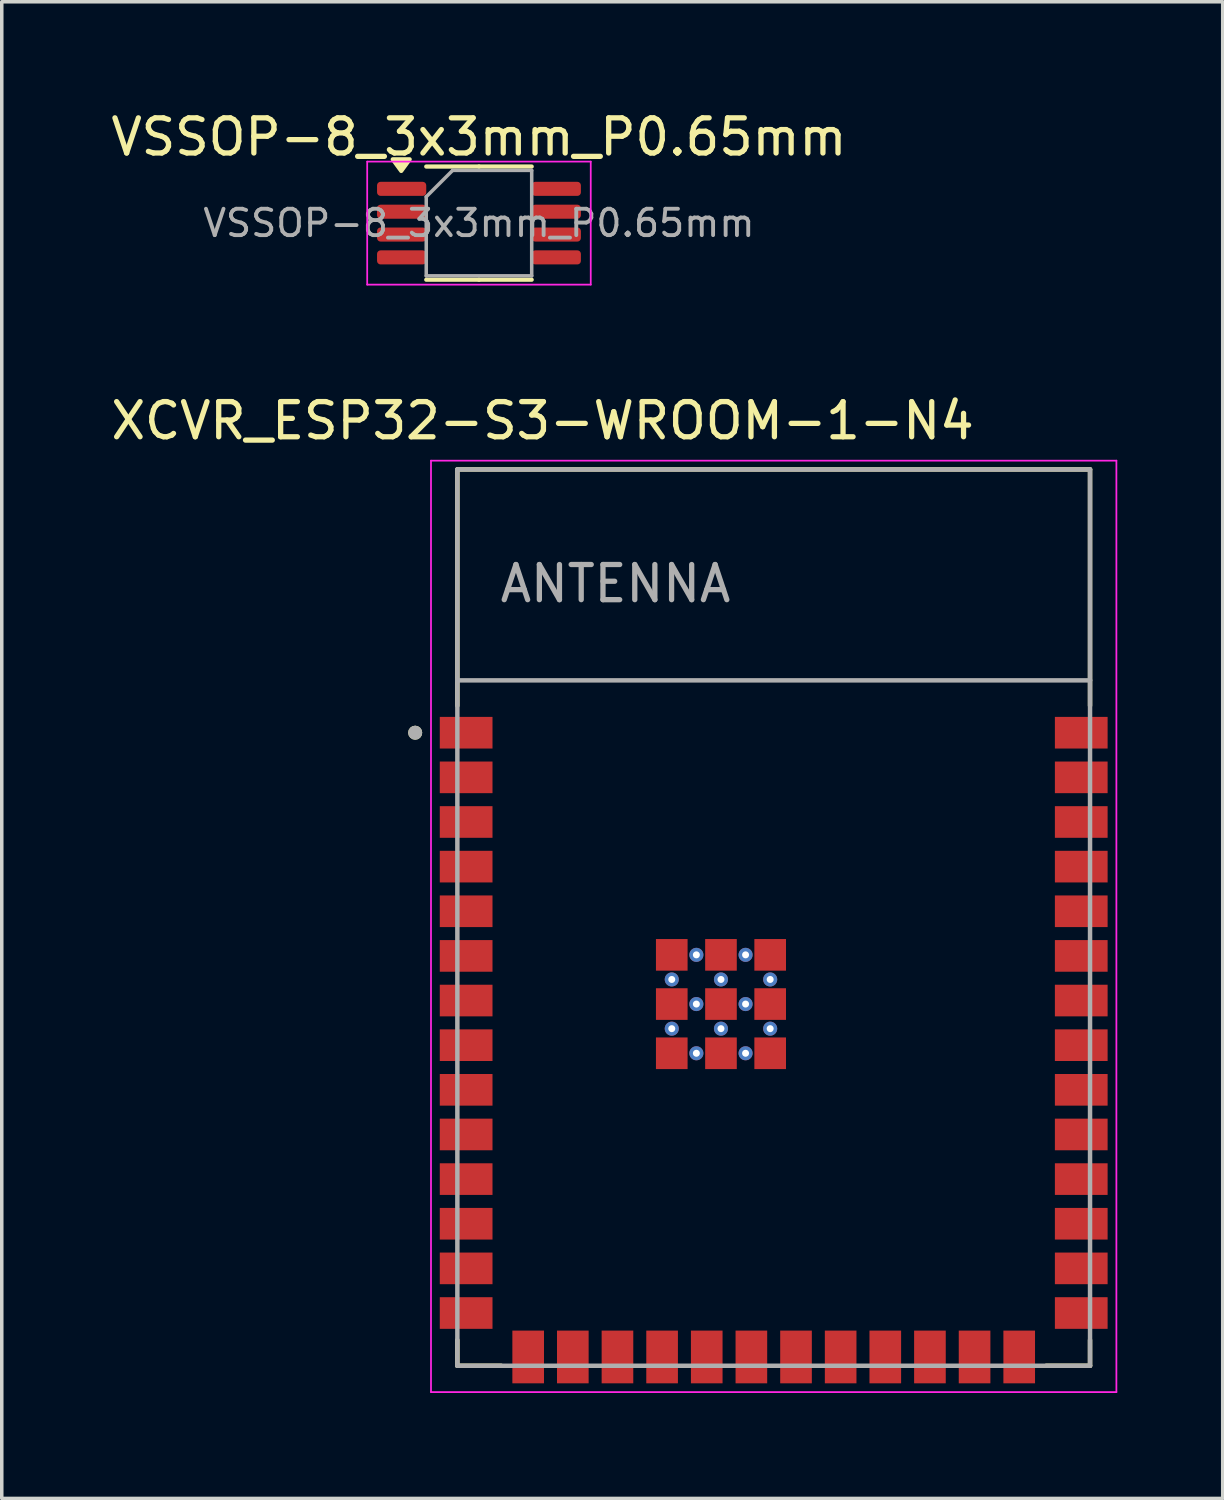
<source format=kicad_pcb>
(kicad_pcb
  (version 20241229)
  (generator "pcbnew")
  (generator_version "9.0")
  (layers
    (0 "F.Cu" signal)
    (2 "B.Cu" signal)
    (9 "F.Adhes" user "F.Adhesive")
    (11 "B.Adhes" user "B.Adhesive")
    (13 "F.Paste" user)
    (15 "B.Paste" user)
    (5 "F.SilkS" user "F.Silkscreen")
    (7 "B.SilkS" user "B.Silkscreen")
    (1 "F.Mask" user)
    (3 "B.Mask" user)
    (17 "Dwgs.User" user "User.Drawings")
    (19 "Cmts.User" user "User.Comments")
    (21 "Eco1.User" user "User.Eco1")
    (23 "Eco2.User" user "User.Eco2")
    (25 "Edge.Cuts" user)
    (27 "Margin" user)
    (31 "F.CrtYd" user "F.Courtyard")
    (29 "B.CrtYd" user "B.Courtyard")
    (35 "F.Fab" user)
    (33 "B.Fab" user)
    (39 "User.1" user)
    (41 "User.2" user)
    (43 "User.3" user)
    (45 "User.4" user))
  (footprint "XCVR_ESP32-S3-WROOM-1-N4"
    (layer "F.Cu")
    (at 18.962 23.056)
    (property "Reference" "XCVR_ESP32-S3-WROOM-1-N4" (at -6.575 -14.135 0) (layer "F.SilkS") (effects (font (size 1 1) (thickness 0.15))))
    (attr smd)
    (fp_line (start -9 -12.75) (end 9 -12.75) (stroke (width 0.127) (type solid)) (layer "F.SilkS"))
    (fp_line (start -9 -6.03) (end -9 -12.75) (stroke (width 0.127) (type solid)) (layer "F.SilkS"))
    (fp_line (start -9 12.02) (end -9 12.75) (stroke (width 0.127) (type solid)) (layer "F.SilkS"))
    (fp_line (start -9 12.75) (end -7.755 12.75) (stroke (width 0.127) (type solid)) (layer "F.SilkS"))
    (fp_line (start 9 -12.75) (end 9 -6.03) (stroke (width 0.127) (type solid)) (layer "F.SilkS"))
    (fp_line (start 9 12.02) (end 9 12.75) (stroke (width 0.127) (type solid)) (layer "F.SilkS"))
    (fp_line (start 9 12.75) (end 7.755 12.75) (stroke (width 0.127) (type solid)) (layer "F.SilkS"))
    (fp_circle (center -10.2 -5.26) (end -10.1 -5.26) (stroke (width 0.2) (type solid)) (fill no) (layer "F.SilkS"))
    (fp_line (start -9.75 -13) (end 9.75 -13) (stroke (width 0.05) (type solid)) (layer "F.CrtYd"))
    (fp_line (start -9.75 13.5) (end -9.75 -13) (stroke (width 0.05) (type solid)) (layer "F.CrtYd"))
    (fp_line (start -9.75 13.5) (end 9.75 13.5) (stroke (width 0.05) (type solid)) (layer "F.CrtYd"))
    (fp_line (start 9.75 -13) (end 9.75 13.5) (stroke (width 0.05) (type solid)) (layer "F.CrtYd"))
    (fp_line (start -9 -12.75) (end 9 -12.75) (stroke (width 0.127) (type solid)) (layer "F.Fab"))
    (fp_line (start -9 -6.75) (end -9 -12.75) (stroke (width 0.127) (type solid)) (layer "F.Fab"))
    (fp_line (start -9 -6.75) (end 9 -6.75) (stroke (width 0.127) (type solid)) (layer "F.Fab"))
    (fp_line (start -9 12.75) (end -9 -6.75) (stroke (width 0.127) (type solid)) (layer "F.Fab"))
    (fp_line (start 9 -12.75) (end 9 -6.75) (stroke (width 0.127) (type solid)) (layer "F.Fab"))
    (fp_line (start 9 -6.75) (end 9 12.75) (stroke (width 0.127) (type solid)) (layer "F.Fab"))
    (fp_line (start 9 12.75) (end -9 12.75) (stroke (width 0.127) (type solid)) (layer "F.Fab"))
    (fp_circle (center -10.2 -5.26) (end -10.1 -5.26) (stroke (width 0.2) (type solid)) (fill no) (layer "F.Fab"))
    (fp_text user "ANTENNA" (at -4.5 -9.5 0) (layer "F.Fab") (effects (font (size 1 1) (thickness 0.15))))
    (pad "1" smd rect (at -8.75 -5.26) (size 1.5 0.9) (layers "F.Cu" "F.Mask" "F.Paste"))
    (pad "2" smd rect (at -8.75 -3.99) (size 1.5 0.9) (layers "F.Cu" "F.Mask" "F.Paste"))
    (pad "3" smd rect (at -8.75 -2.72) (size 1.5 0.9) (layers "F.Cu" "F.Mask" "F.Paste"))
    (pad "4" smd rect (at -8.75 -1.45) (size 1.5 0.9) (layers "F.Cu" "F.Mask" "F.Paste"))
    (pad "5" smd rect (at -8.75 -0.18) (size 1.5 0.9) (layers "F.Cu" "F.Mask" "F.Paste"))
    (pad "6" smd rect (at -8.75 1.09) (size 1.5 0.9) (layers "F.Cu" "F.Mask" "F.Paste"))
    (pad "7" smd rect (at -8.75 2.36) (size 1.5 0.9) (layers "F.Cu" "F.Mask" "F.Paste"))
    (pad "8" smd rect (at -8.75 3.63) (size 1.5 0.9) (layers "F.Cu" "F.Mask" "F.Paste"))
    (pad "9" smd rect (at -8.75 4.9) (size 1.5 0.9) (layers "F.Cu" "F.Mask" "F.Paste"))
    (pad "10" smd rect (at -8.75 6.17) (size 1.5 0.9) (layers "F.Cu" "F.Mask" "F.Paste"))
    (pad "11" smd rect (at -8.75 7.44) (size 1.5 0.9) (layers "F.Cu" "F.Mask" "F.Paste"))
    (pad "12" smd rect (at -8.75 8.71) (size 1.5 0.9) (layers "F.Cu" "F.Mask" "F.Paste"))
    (pad "13" smd rect (at -8.75 9.98) (size 1.5 0.9) (layers "F.Cu" "F.Mask" "F.Paste"))
    (pad "14" smd rect (at -8.75 11.25) (size 1.5 0.9) (layers "F.Cu" "F.Mask" "F.Paste"))
    (pad "15" smd rect (at -6.985 12.5) (size 0.9 1.5) (layers "F.Cu" "F.Mask" "F.Paste"))
    (pad "16" smd rect (at -5.715 12.5) (size 0.9 1.5) (layers "F.Cu" "F.Mask" "F.Paste"))
    (pad "17" smd rect (at -4.445 12.5) (size 0.9 1.5) (layers "F.Cu" "F.Mask" "F.Paste"))
    (pad "18" smd rect (at -3.175 12.5) (size 0.9 1.5) (layers "F.Cu" "F.Mask" "F.Paste"))
    (pad "19" smd rect (at -1.905 12.5) (size 0.9 1.5) (layers "F.Cu" "F.Mask" "F.Paste"))
    (pad "20" smd rect (at -0.635 12.5) (size 0.9 1.5) (layers "F.Cu" "F.Mask" "F.Paste"))
    (pad "21" smd rect (at 0.635 12.5) (size 0.9 1.5) (layers "F.Cu" "F.Mask" "F.Paste"))
    (pad "22" smd rect (at 1.905 12.5) (size 0.9 1.5) (layers "F.Cu" "F.Mask" "F.Paste"))
    (pad "23" smd rect (at 3.175 12.5) (size 0.9 1.5) (layers "F.Cu" "F.Mask" "F.Paste"))
    (pad "24" smd rect (at 4.445 12.5) (size 0.9 1.5) (layers "F.Cu" "F.Mask" "F.Paste"))
    (pad "25" smd rect (at 5.715 12.5) (size 0.9 1.5) (layers "F.Cu" "F.Mask" "F.Paste"))
    (pad "26" smd rect (at 6.985 12.5) (size 0.9 1.5) (layers "F.Cu" "F.Mask" "F.Paste"))
    (pad "27" smd rect (at 8.75 11.25) (size 1.5 0.9) (layers "F.Cu" "F.Mask" "F.Paste"))
    (pad "28" smd rect (at 8.75 9.98) (size 1.5 0.9) (layers "F.Cu" "F.Mask" "F.Paste"))
    (pad "29" smd rect (at 8.75 8.71) (size 1.5 0.9) (layers "F.Cu" "F.Mask" "F.Paste"))
    (pad "30" smd rect (at 8.75 7.44) (size 1.5 0.9) (layers "F.Cu" "F.Mask" "F.Paste"))
    (pad "31" smd rect (at 8.75 6.17) (size 1.5 0.9) (layers "F.Cu" "F.Mask" "F.Paste"))
    (pad "32" smd rect (at 8.75 4.9) (size 1.5 0.9) (layers "F.Cu" "F.Mask" "F.Paste"))
    (pad "33" smd rect (at 8.75 3.63) (size 1.5 0.9) (layers "F.Cu" "F.Mask" "F.Paste"))
    (pad "34" smd rect (at 8.75 2.36) (size 1.5 0.9) (layers "F.Cu" "F.Mask" "F.Paste"))
    (pad "35" smd rect (at 8.75 1.09) (size 1.5 0.9) (layers "F.Cu" "F.Mask" "F.Paste"))
    (pad "36" smd rect (at 8.75 -0.18) (size 1.5 0.9) (layers "F.Cu" "F.Mask" "F.Paste"))
    (pad "37" smd rect (at 8.75 -1.45) (size 1.5 0.9) (layers "F.Cu" "F.Mask" "F.Paste"))
    (pad "38" smd rect (at 8.75 -2.72) (size 1.5 0.9) (layers "F.Cu" "F.Mask" "F.Paste"))
    (pad "39" smd rect (at 8.75 -3.99) (size 1.5 0.9) (layers "F.Cu" "F.Mask" "F.Paste"))
    (pad "40" smd rect (at 8.75 -5.26) (size 1.5 0.9) (layers "F.Cu" "F.Mask" "F.Paste"))
    (pad "41_1" smd rect (at -1.5 2.46) (size 0.9 0.9) (layers "F.Cu" "F.Mask" "F.Paste"))
    (pad "41_2" smd rect (at -2.9 2.46) (size 0.9 0.9) (layers "F.Cu" "F.Mask" "F.Paste"))
    (pad "41_3" smd rect (at -0.1 2.46) (size 0.9 0.9) (layers "F.Cu" "F.Mask" "F.Paste"))
    (pad "41_4" smd rect (at -2.9 3.86) (size 0.9 0.9) (layers "F.Cu" "F.Mask" "F.Paste"))
    (pad "41_5" smd rect (at -1.5 3.86) (size 0.9 0.9) (layers "F.Cu" "F.Mask" "F.Paste"))
    (pad "41_6" smd rect (at -0.1 3.86) (size 0.9 0.9) (layers "F.Cu" "F.Mask" "F.Paste"))
    (pad "41_7" smd rect (at -2.9 1.06) (size 0.9 0.9) (layers "F.Cu" "F.Mask" "F.Paste"))
    (pad "41_8" smd rect (at -1.5 1.06) (size 0.9 0.9) (layers "F.Cu" "F.Mask" "F.Paste"))
    (pad "41_9" smd rect (at -0.1 1.06) (size 0.9 0.9) (layers "F.Cu" "F.Mask" "F.Paste"))
    (pad "41_10" thru_hole circle (at -1.5 1.76) (size 0.4 0.4) (drill 0.2) (layers "*.Cu"))
    (pad "41_11" thru_hole circle (at -2.9 1.76) (size 0.4 0.4) (drill 0.2) (layers "*.Cu"))
    (pad "41_12" thru_hole circle (at -0.1 1.76) (size 0.4 0.4) (drill 0.2) (layers "*.Cu"))
    (pad "41_13" thru_hole circle (at -2.9 3.16) (size 0.4 0.4) (drill 0.2) (layers "*.Cu"))
    (pad "41_14" thru_hole circle (at -1.5 3.16) (size 0.4 0.4) (drill 0.2) (layers "*.Cu"))
    (pad "41_15" thru_hole circle (at -0.1 3.16) (size 0.4 0.4) (drill 0.2) (layers "*.Cu"))
    (pad "41_16" thru_hole circle (at -2.2 1.06) (size 0.4 0.4) (drill 0.2) (layers "*.Cu"))
    (pad "41_17" thru_hole circle (at -0.8 1.06) (size 0.4 0.4) (drill 0.2) (layers "*.Cu"))
    (pad "41_18" thru_hole circle (at -2.2 2.46) (size 0.4 0.4) (drill 0.2) (layers "*.Cu"))
    (pad "41_19" thru_hole circle (at -0.8 2.46) (size 0.4 0.4) (drill 0.2) (layers "*.Cu"))
    (pad "41_20" thru_hole circle (at -2.2 3.86) (size 0.4 0.4) (drill 0.2) (layers "*.Cu"))
    (pad "41_21" thru_hole circle (at -0.8 3.86) (size 0.4 0.4) (drill 0.2) (layers "*.Cu"))
    (zone (net_name "") (layer "F.Cu") (hatch full 0.508) (connect_pads) (min_thickness 0.01) (filled_areas_thickness no) (keepout (tracks not_allowed) (vias not_allowed) (pads not_allowed) (copperpour not_allowed) (footprints allowed)) (placement (enabled no)) (fill) (polygon (pts (xy 9.962 10.306) (xy 27.962 10.306) (xy 27.962 16.306) (xy 9.962 16.306))))
    (zone (net_name "") (layers "F.Cu" "B.Cu") (hatch full 0.508) (connect_pads) (min_thickness 0.01) (filled_areas_thickness no) (keepout (tracks allowed) (vias not_allowed) (pads allowed) (copperpour allowed) (footprints allowed)) (placement (enabled no)) (fill) (polygon (pts (xy 9.962 10.306) (xy 27.962 10.306) (xy 27.962 16.306) (xy 9.962 16.306))))
    (zone (net_name "") (layer "B.Cu") (hatch full 0.508) (connect_pads) (min_thickness 0.01) (filled_areas_thickness no) (keepout (tracks not_allowed) (vias not_allowed) (pads not_allowed) (copperpour not_allowed) (footprints allowed)) (placement (enabled no)) (fill) (polygon (pts (xy 9.962 10.306) (xy 27.962 10.306) (xy 27.962 16.306) (xy 9.962 16.306)))))
  (footprint "VSSOP-8_3x3mm_P0.65mm"
    (layer "F.Cu")
    (at 10.577 3.298)
    (property "Reference" "VSSOP-8_3x3mm_P0.65mm" (at 0 -2.45 180) (layer "F.SilkS") (effects (font (size 1 1) (thickness 0.15))))
    (attr smd)
    (fp_line (start 0 -1.61) (end -1.5 -1.61) (stroke (width 0.12) (type solid)) (layer "F.SilkS"))
    (fp_line (start 0 -1.61) (end 1.5 -1.61) (stroke (width 0.12) (type solid)) (layer "F.SilkS"))
    (fp_line (start 0 1.61) (end -1.5 1.61) (stroke (width 0.12) (type solid)) (layer "F.SilkS"))
    (fp_line (start 0 1.61) (end 1.5 1.61) (stroke (width 0.12) (type solid)) (layer "F.SilkS"))
    (fp_poly (pts (xy -2.212 -1.485) (xy -2.453 -1.815) (xy -1.972 -1.815) (xy -2.212 -1.485)) (stroke (width 0.12) (type solid)) (fill yes) (layer "F.SilkS"))
    (fp_line (start -3.18 -1.75) (end -3.18 1.75) (stroke (width 0.05) (type solid)) (layer "F.CrtYd"))
    (fp_line (start -3.18 1.75) (end 3.18 1.75) (stroke (width 0.05) (type solid)) (layer "F.CrtYd"))
    (fp_line (start 3.18 -1.75) (end -3.18 -1.75) (stroke (width 0.05) (type solid)) (layer "F.CrtYd"))
    (fp_line (start 3.18 1.75) (end 3.18 -1.75) (stroke (width 0.05) (type solid)) (layer "F.CrtYd"))
    (fp_line (start -1.5 -0.75) (end -0.75 -1.5) (stroke (width 0.1) (type solid)) (layer "F.Fab"))
    (fp_line (start -1.5 1.5) (end -1.5 -0.75) (stroke (width 0.1) (type solid)) (layer "F.Fab"))
    (fp_line (start -0.75 -1.5) (end 1.5 -1.5) (stroke (width 0.1) (type solid)) (layer "F.Fab"))
    (fp_line (start 1.5 -1.5) (end 1.5 1.5) (stroke (width 0.1) (type solid)) (layer "F.Fab"))
    (fp_line (start 1.5 1.5) (end -1.5 1.5) (stroke (width 0.1) (type solid)) (layer "F.Fab"))
    (fp_text user "${REFERENCE}" (at 0 0 180) (layer "F.Fab") (effects (font (size 0.75 0.75) (thickness 0.11))))
    (pad "1" smd roundrect (at -2.2 -0.975) (size 1.4 0.4) (layers "F.Cu" "F.Mask" "F.Paste") (roundrect_rratio 0.25))
    (pad "2" smd roundrect (at -2.2 -0.325) (size 1.4 0.4) (layers "F.Cu" "F.Mask" "F.Paste") (roundrect_rratio 0.25))
    (pad "3" smd roundrect (at -2.2 0.325) (size 1.4 0.4) (layers "F.Cu" "F.Mask" "F.Paste") (roundrect_rratio 0.25))
    (pad "4" smd roundrect (at -2.2 0.975) (size 1.4 0.4) (layers "F.Cu" "F.Mask" "F.Paste") (roundrect_rratio 0.25))
    (pad "5" smd roundrect (at 2.2 0.975) (size 1.4 0.4) (layers "F.Cu" "F.Mask" "F.Paste") (roundrect_rratio 0.25))
    (pad "6" smd roundrect (at 2.2 0.325) (size 1.4 0.4) (layers "F.Cu" "F.Mask" "F.Paste") (roundrect_rratio 0.25))
    (pad "7" smd roundrect (at 2.2 -0.325) (size 1.4 0.4) (layers "F.Cu" "F.Mask" "F.Paste") (roundrect_rratio 0.25))
    (pad "8" smd roundrect (at 2.2 -0.975) (size 1.4 0.4) (layers "F.Cu" "F.Mask" "F.Paste") (roundrect_rratio 0.25)))
  (gr_rect
    (start -3 -3)
    (end 31.737 39.581)
    (stroke (width 0.1) (type default))
    (fill no)
    (layer "Edge.Cuts")))
</source>
